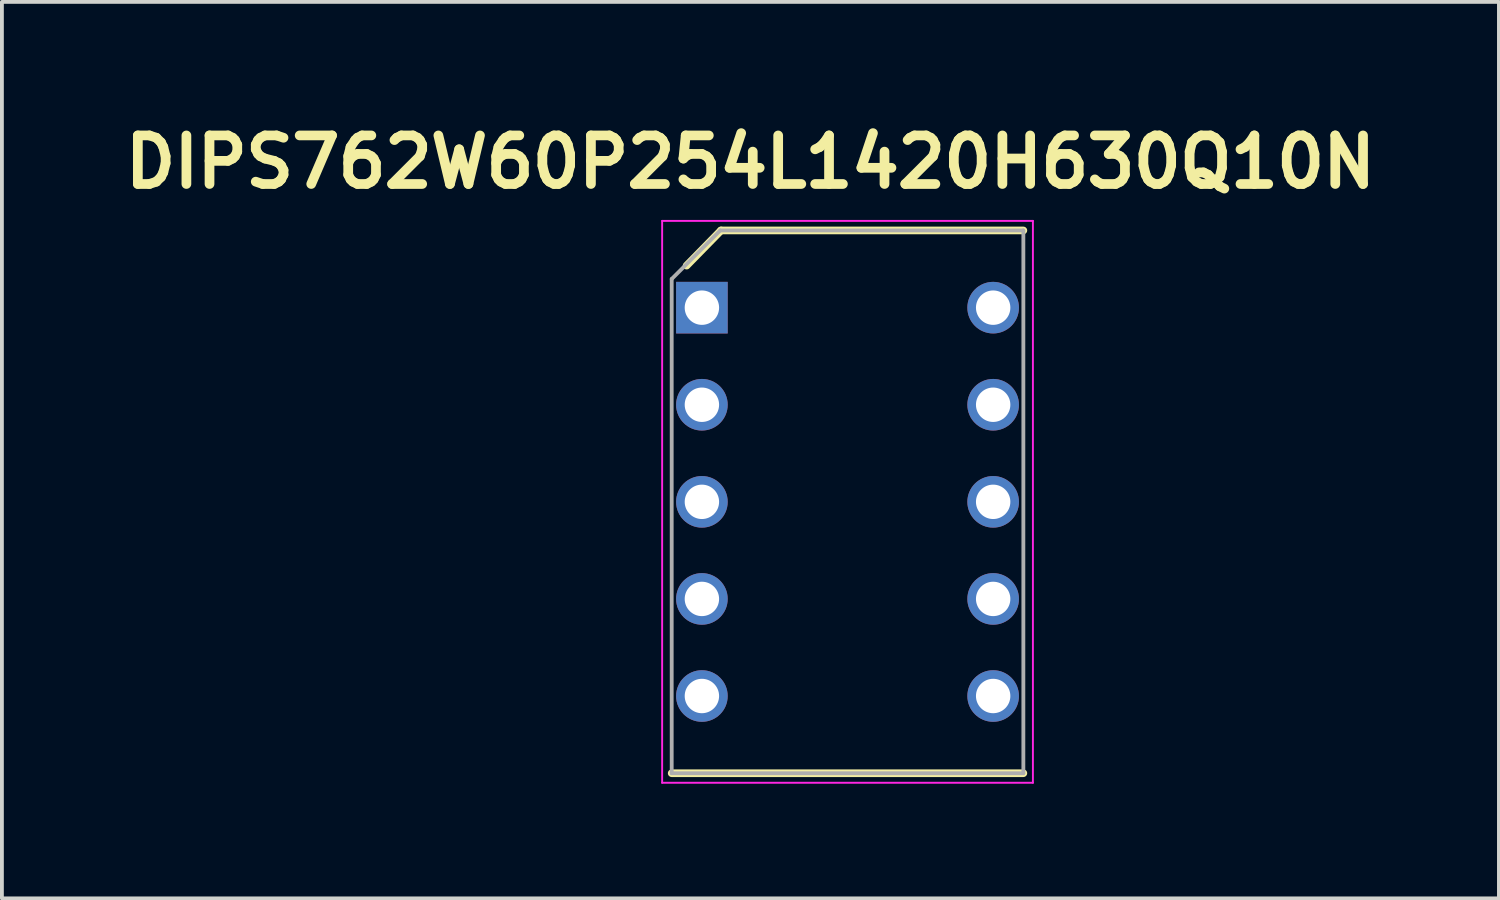
<source format=kicad_pcb>
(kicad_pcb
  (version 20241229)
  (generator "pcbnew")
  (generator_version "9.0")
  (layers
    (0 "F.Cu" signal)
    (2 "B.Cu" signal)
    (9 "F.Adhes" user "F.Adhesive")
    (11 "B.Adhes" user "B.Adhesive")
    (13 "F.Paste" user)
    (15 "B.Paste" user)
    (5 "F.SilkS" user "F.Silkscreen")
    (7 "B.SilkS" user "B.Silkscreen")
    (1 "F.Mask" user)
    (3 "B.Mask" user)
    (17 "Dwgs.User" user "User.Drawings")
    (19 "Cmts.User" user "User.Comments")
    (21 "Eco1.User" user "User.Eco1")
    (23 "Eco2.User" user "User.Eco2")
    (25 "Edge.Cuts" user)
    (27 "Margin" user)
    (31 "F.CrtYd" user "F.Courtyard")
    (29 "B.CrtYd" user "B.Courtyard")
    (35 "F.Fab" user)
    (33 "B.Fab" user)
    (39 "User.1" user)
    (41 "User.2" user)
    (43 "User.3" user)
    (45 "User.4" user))
  (footprint "DIPS762W60P254L1420H630Q10N"
    (layer "F.Cu")
    (at 15.313 4.999)
    (property "Reference" "DIPS762W60P254L1420H630Q10N" (at 1.27 -3.81 0) (layer "F.SilkS") (effects (font (size 1.27 1.27) (thickness 0.254))))
    (attr through_hole)
    (fp_line (start -0.79 12.18) (end 8.41 12.18) (stroke (width 0.2) (type solid)) (layer "F.SilkS"))
    (fp_line (start 0.5 -2.02) (end -0.4 -1.1) (stroke (width 0.2) (type solid)) (layer "F.SilkS"))
    (fp_line (start 8.41 -2.02) (end 0.5 -2.02) (stroke (width 0.2) (type solid)) (layer "F.SilkS"))
    (fp_line (start -1.04 -2.27) (end 8.66 -2.27) (stroke (width 0.05) (type solid)) (layer "F.CrtYd"))
    (fp_line (start -1.04 12.43) (end -1.04 -2.27) (stroke (width 0.05) (type solid)) (layer "F.CrtYd"))
    (fp_line (start 8.66 -2.27) (end 8.66 12.43) (stroke (width 0.05) (type solid)) (layer "F.CrtYd"))
    (fp_line (start 8.66 12.43) (end -1.04 12.43) (stroke (width 0.05) (type solid)) (layer "F.CrtYd"))
    (fp_line (start -0.79 -0.75) (end 0.48 -2.02) (stroke (width 0.1) (type solid)) (layer "F.Fab"))
    (fp_line (start -0.79 12.18) (end -0.79 -0.75) (stroke (width 0.1) (type solid)) (layer "F.Fab"))
    (fp_line (start 0.48 -2.02) (end 8.41 -2.02) (stroke (width 0.1) (type solid)) (layer "F.Fab"))
    (fp_line (start 8.41 -2.02) (end 8.41 12.18) (stroke (width 0.1) (type solid)) (layer "F.Fab"))
    (fp_line (start 8.41 12.18) (end -0.79 12.18) (stroke (width 0.1) (type solid)) (layer "F.Fab"))
    (pad "1" thru_hole rect (at 0 0) (size 1.35 1.35) (drill 0.9) (layers "*.Cu" "*.Mask"))
    (pad "2" thru_hole circle (at 0 2.54) (size 1.35 1.35) (drill 0.9) (layers "*.Cu" "*.Mask"))
    (pad "3" thru_hole circle (at 0 5.08) (size 1.35 1.35) (drill 0.9) (layers "*.Cu" "*.Mask"))
    (pad "4" thru_hole circle (at 0 7.62) (size 1.35 1.35) (drill 0.9) (layers "*.Cu" "*.Mask"))
    (pad "5" thru_hole circle (at 0 10.16) (size 1.35 1.35) (drill 0.9) (layers "*.Cu" "*.Mask"))
    (pad "6" thru_hole circle (at 7.62 10.16) (size 1.35 1.35) (drill 0.9) (layers "*.Cu" "*.Mask"))
    (pad "7" thru_hole circle (at 7.62 7.62) (size 1.35 1.35) (drill 0.9) (layers "*.Cu" "*.Mask"))
    (pad "8" thru_hole circle (at 7.62 5.08) (size 1.35 1.35) (drill 0.9) (layers "*.Cu" "*.Mask"))
    (pad "9" thru_hole circle (at 7.62 2.54) (size 1.35 1.35) (drill 0.9) (layers "*.Cu" "*.Mask"))
    (pad "10" thru_hole circle (at 7.62 0) (size 1.35 1.35) (drill 0.9) (layers "*.Cu" "*.Mask")))
  (gr_rect
    (start -3 -3)
    (end 36.165 20.454)
    (stroke (width 0.1) (type default))
    (fill no)
    (layer "Edge.Cuts")))
</source>
